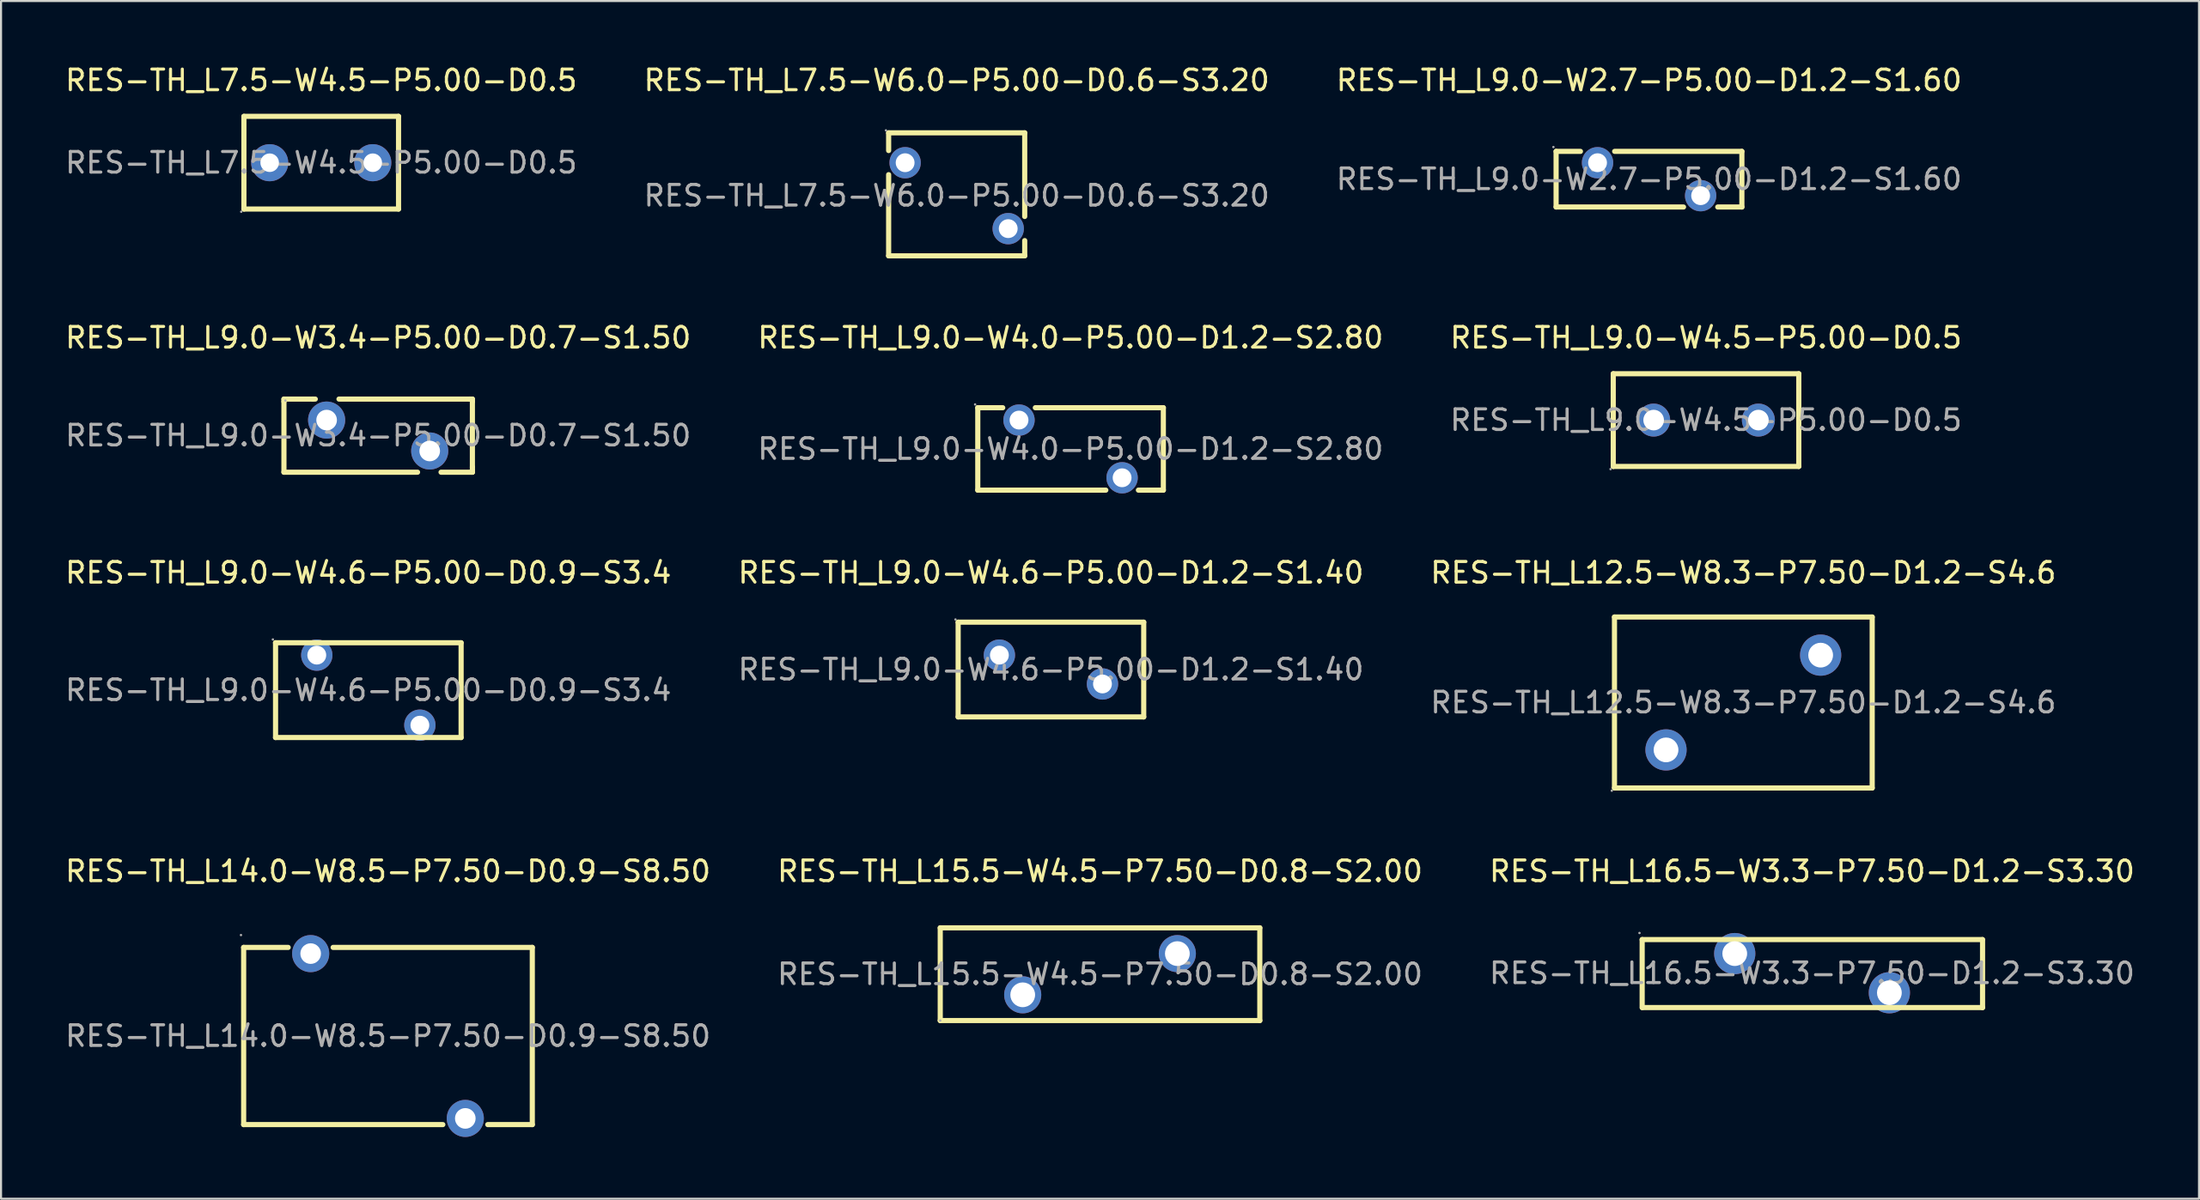
<source format=kicad_pcb>
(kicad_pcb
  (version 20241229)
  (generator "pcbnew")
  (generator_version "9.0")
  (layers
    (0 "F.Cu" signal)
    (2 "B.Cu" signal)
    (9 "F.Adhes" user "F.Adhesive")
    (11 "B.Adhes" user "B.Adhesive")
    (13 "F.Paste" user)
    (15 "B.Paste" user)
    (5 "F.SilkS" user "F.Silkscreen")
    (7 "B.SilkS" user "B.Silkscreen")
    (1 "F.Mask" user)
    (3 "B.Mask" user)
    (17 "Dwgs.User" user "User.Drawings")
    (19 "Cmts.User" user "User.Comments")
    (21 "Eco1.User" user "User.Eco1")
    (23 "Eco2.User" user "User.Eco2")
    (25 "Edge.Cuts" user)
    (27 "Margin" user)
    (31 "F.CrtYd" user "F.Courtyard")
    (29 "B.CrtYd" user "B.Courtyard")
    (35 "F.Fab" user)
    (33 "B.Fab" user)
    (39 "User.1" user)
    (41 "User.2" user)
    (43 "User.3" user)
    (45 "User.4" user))
  (footprint "RES-TH_L9.0-W4.5-P5.00-D0.5"
    (layer "F.Cu")
    (at 79.696 17.341)
    (property "Reference" "RES-TH_L9.0-W4.5-P5.00-D0.5" (at 0 -4 0) (layer "F.SilkS") (effects (font (size 1 1) (thickness 0.15))))
    (attr through_hole)
    (fp_line (start -4.5 -2.25) (end 4.5 -2.25) (stroke (width 0.25) (type solid)) (layer "F.SilkS"))
    (fp_line (start -4.5 2.25) (end -4.5 -2.25) (stroke (width 0.25) (type solid)) (layer "F.SilkS"))
    (fp_line (start 4.5 -2.25) (end 4.5 2.25) (stroke (width 0.25) (type solid)) (layer "F.SilkS"))
    (fp_line (start 4.5 2.25) (end -4.5 2.25) (stroke (width 0.25) (type solid)) (layer "F.SilkS"))
    (fp_circle (center -4.63 2.38) (end -4.6 2.38) (stroke (width 0.06) (type solid)) (fill no) (layer "F.Fab"))
    (fp_circle (center -2.54 0) (end -2.34 0) (stroke (width 0.4) (type solid)) (fill no) (layer "F.Fab"))
    (fp_circle (center 2.54 0) (end 2.74 0) (stroke (width 0.4) (type solid)) (fill no) (layer "F.Fab"))
    (fp_text user "${REFERENCE}" (at 0 0 0) (layer "F.Fab") (effects (font (size 1 1) (thickness 0.15))))
    (pad "1" thru_hole circle (at -2.54 0) (size 1.6 1.6) (drill 1) (layers "*.Cu" "*.Paste" "*.Mask"))
    (pad "2" thru_hole circle (at 2.54 0) (size 1.6 1.6) (drill 1) (layers "*.Cu" "*.Paste" "*.Mask")))
  (footprint "RES-TH_L9.0-W4.6-P5.00-D0.9-S3.4"
    (layer "F.Cu")
    (at 14.815 30.45)
    (property "Reference" "RES-TH_L9.0-W4.6-P5.00-D0.9-S3.4" (at 0 -5.7 0) (layer "F.SilkS") (effects (font (size 1 1) (thickness 0.15))))
    (attr through_hole)
    (fp_line (start -4.5 -2.3) (end 4.5 -2.3) (stroke (width 0.25) (type solid)) (layer "F.SilkS"))
    (fp_line (start -4.5 2.3) (end -4.5 -2.3) (stroke (width 0.25) (type solid)) (layer "F.SilkS"))
    (fp_line (start 4.5 -2.3) (end 4.5 2.3) (stroke (width 0.25) (type solid)) (layer "F.SilkS"))
    (fp_line (start 4.5 2.3) (end -4.5 2.3) (stroke (width 0.25) (type solid)) (layer "F.SilkS"))
    (fp_circle (center -4.63 -2.46) (end -4.6 -2.46) (stroke (width 0.06) (type solid)) (fill no) (layer "F.Fab"))
    (fp_circle (center -2.5 -1.7) (end -2.32 -1.7) (stroke (width 0.36) (type solid)) (fill no) (layer "F.Fab"))
    (fp_circle (center 2.5 1.7) (end 2.68 1.7) (stroke (width 0.36) (type solid)) (fill no) (layer "F.Fab"))
    (fp_text user "${REFERENCE}" (at 0 0 0) (layer "F.Fab") (effects (font (size 1 1) (thickness 0.15))))
    (pad "1" thru_hole circle (at -2.5 -1.7) (size 1.52 1.52) (drill 0.914) (layers "*.Cu" "*.Paste" "*.Mask"))
    (pad "2" thru_hole circle (at 2.5 1.7) (size 1.52 1.52) (drill 0.914) (layers "*.Cu" "*.Paste" "*.Mask")))
  (footprint "RES-TH_L7.5-W6.0-P5.00-D0.6-S3.20"
    (layer "F.Cu")
    (at 43.351 6.448)
    (property "Reference" "RES-TH_L7.5-W6.0-P5.00-D0.6-S3.20" (at 0 -5.6 0) (layer "F.SilkS") (effects (font (size 1 1) (thickness 0.15))))
    (attr through_hole)
    (fp_line (start -3.3 -3.05) (end 3.3 -3.05) (stroke (width 0.25) (type solid)) (layer "F.SilkS"))
    (fp_line (start -3.3 -2.19) (end -3.3 -3.05) (stroke (width 0.25) (type solid)) (layer "F.SilkS"))
    (fp_line (start -3.3 2.92) (end -3.3 -1.02) (stroke (width 0.25) (type solid)) (layer "F.SilkS"))
    (fp_line (start 3.3 -3.05) (end 3.3 1.01) (stroke (width 0.25) (type solid)) (layer "F.SilkS"))
    (fp_line (start 3.3 2.18) (end 3.3 2.92) (stroke (width 0.25) (type solid)) (layer "F.SilkS"))
    (fp_line (start 3.3 2.92) (end -3.3 2.92) (stroke (width 0.25) (type solid)) (layer "F.SilkS"))
    (fp_circle (center -3.43 -3.17) (end -3.4 -3.17) (stroke (width 0.06) (type solid)) (fill no) (layer "F.Fab"))
    (fp_circle (center -2.5 -1.6) (end -2.32 -1.6) (stroke (width 0.36) (type solid)) (fill no) (layer "F.Fab"))
    (fp_circle (center 2.5 1.6) (end 2.68 1.6) (stroke (width 0.36) (type solid)) (fill no) (layer "F.Fab"))
    (fp_text user "${REFERENCE}" (at 0 0 0) (layer "F.Fab") (effects (font (size 1 1) (thickness 0.15))))
    (pad "1" thru_hole circle (at -2.5 -1.6 270) (size 1.52 1.52) (drill 0.914) (layers "*.Cu" "*.Paste" "*.Mask"))
    (pad "2" thru_hole circle (at 2.5 1.6 270) (size 1.52 1.52) (drill 0.914) (layers "*.Cu" "*.Paste" "*.Mask")))
  (footprint "RES-TH_L15.5-W4.5-P7.50-D0.8-S2.00"
    (layer "F.Cu")
    (at 50.304 44.238)
    (property "Reference" "RES-TH_L15.5-W4.5-P7.50-D0.8-S2.00" (at 0 -5 0) (layer "F.SilkS") (effects (font (size 1 1) (thickness 0.15))))
    (attr through_hole)
    (fp_line (start -7.75 -2.25) (end 7.75 -2.25) (stroke (width 0.25) (type solid)) (layer "F.SilkS"))
    (fp_line (start -7.75 2.25) (end -7.75 -2.25) (stroke (width 0.25) (type solid)) (layer "F.SilkS"))
    (fp_line (start 7.75 -2.25) (end 7.75 2.25) (stroke (width 0.25) (type solid)) (layer "F.SilkS"))
    (fp_line (start 7.75 2.25) (end -7.75 2.25) (stroke (width 0.25) (type solid)) (layer "F.SilkS"))
    (fp_circle (center -7.75 2.25) (end -7.72 2.25) (stroke (width 0.06) (type solid)) (fill no) (layer "F.Fab"))
    (fp_circle (center -3.75 1) (end -3.55 1) (stroke (width 0.4) (type solid)) (fill no) (layer "F.Fab"))
    (fp_circle (center 3.75 -1) (end 3.95 -1) (stroke (width 0.4) (type solid)) (fill no) (layer "F.Fab"))
    (fp_text user "${REFERENCE}" (at 0 0 0) (layer "F.Fab") (effects (font (size 1 1) (thickness 0.15))))
    (pad "1" thru_hole circle (at -3.75 1) (size 1.8 1.8) (drill 1.2) (layers "*.Cu" "*.Paste" "*.Mask"))
    (pad "2" thru_hole circle (at 3.75 -1) (size 1.8 1.8) (drill 1.2) (layers "*.Cu" "*.Paste" "*.Mask")))
  (footprint "RES-TH_L16.5-W3.3-P7.50-D1.2-S3.30"
    (layer "F.Cu")
    (at 84.839 44.188)
    (property "Reference" "RES-TH_L16.5-W3.3-P7.50-D1.2-S3.30" (at 0 -4.95 0) (layer "F.SilkS") (effects (font (size 1 1) (thickness 0.15))))
    (attr through_hole)
    (fp_line (start -8.24 -1.63) (end 8.26 -1.63) (stroke (width 0.25) (type solid)) (layer "F.SilkS"))
    (fp_line (start -8.24 1.67) (end -8.24 -1.63) (stroke (width 0.25) (type solid)) (layer "F.SilkS"))
    (fp_line (start 8.27 -1.63) (end 8.27 1.67) (stroke (width 0.25) (type solid)) (layer "F.SilkS"))
    (fp_line (start 8.27 1.67) (end -8.23 1.67) (stroke (width 0.25) (type solid)) (layer "F.SilkS"))
    (fp_circle (center -8.37 -1.95) (end -8.34 -1.95) (stroke (width 0.06) (type solid)) (fill no) (layer "F.Fab"))
    (fp_circle (center -3.75 -0.95) (end -3.5 -0.95) (stroke (width 0.5) (type solid)) (fill no) (layer "F.Fab"))
    (fp_circle (center 3.75 0.95) (end 4 0.95) (stroke (width 0.5) (type solid)) (fill no) (layer "F.Fab"))
    (fp_text user "${REFERENCE}" (at 0 0 0) (layer "F.Fab") (effects (font (size 1 1) (thickness 0.15))))
    (pad "1" thru_hole circle (at -3.75 -0.95) (size 2 2) (drill 1.2) (layers "*.Cu" "*.Paste" "*.Mask"))
    (pad "2" thru_hole circle (at 3.75 0.95) (size 2 2) (drill 1.2) (layers "*.Cu" "*.Paste" "*.Mask")))
  (footprint "RES-TH_L14.0-W8.5-P7.50-D0.9-S8.50"
    (layer "F.Cu")
    (at 15.768 47.238)
    (property "Reference" "RES-TH_L14.0-W8.5-P7.50-D0.9-S8.50" (at 0 -8 0) (layer "F.SilkS") (effects (font (size 1 1) (thickness 0.15))))
    (attr through_hole)
    (fp_line (start -7 -4.3) (end -7 4.3) (stroke (width 0.25) (type solid)) (layer "F.SilkS"))
    (fp_line (start -7 -4.3) (end -4.84 -4.3) (stroke (width 0.25) (type solid)) (layer "F.SilkS"))
    (fp_line (start -7 4.3) (end 2.66 4.3) (stroke (width 0.25) (type solid)) (layer "F.SilkS"))
    (fp_line (start -2.66 -4.3) (end 7 -4.3) (stroke (width 0.25) (type solid)) (layer "F.SilkS"))
    (fp_line (start 4.84 4.3) (end 7 4.3) (stroke (width 0.25) (type solid)) (layer "F.SilkS"))
    (fp_line (start 7 -4.3) (end 7 4.3) (stroke (width 0.25) (type solid)) (layer "F.SilkS"))
    (fp_circle (center -7.13 -4.9) (end -7.1 -4.9) (stroke (width 0.06) (type solid)) (fill no) (layer "F.Fab"))
    (fp_circle (center -3.75 -4) (end -3.55 -4) (stroke (width 0.4) (type solid)) (fill no) (layer "F.Fab"))
    (fp_circle (center 3.75 4) (end 3.95 4) (stroke (width 0.4) (type solid)) (fill no) (layer "F.Fab"))
    (fp_text user "${REFERENCE}" (at 0 0 0) (layer "F.Fab") (effects (font (size 1 1) (thickness 0.15))))
    (pad "1" thru_hole circle (at -3.75 -4) (size 1.8 1.8) (drill 1) (layers "*.Cu" "*.Paste" "*.Mask"))
    (pad "2" thru_hole circle (at 3.75 4) (size 1.8 1.8) (drill 1) (layers "*.Cu" "*.Paste" "*.Mask")))
  (footprint "RES-TH_L9.0-W4.0-P5.00-D1.2-S2.80"
    (layer "F.Cu")
    (at 48.875 18.741)
    (property "Reference" "RES-TH_L9.0-W4.0-P5.00-D1.2-S2.80" (at 0 -5.4 0) (layer "F.SilkS") (effects (font (size 1 1) (thickness 0.15))))
    (attr through_hole)
    (fp_line (start -4.5 -2) (end -3.29 -2) (stroke (width 0.25) (type solid)) (layer "F.SilkS"))
    (fp_line (start -4.5 2) (end -4.5 -2) (stroke (width 0.25) (type solid)) (layer "F.SilkS"))
    (fp_line (start -1.71 -2) (end 4.5 -2) (stroke (width 0.25) (type solid)) (layer "F.SilkS"))
    (fp_line (start 1.71 2) (end -4.5 2) (stroke (width 0.25) (type solid)) (layer "F.SilkS"))
    (fp_line (start 4.5 -2) (end 4.5 2) (stroke (width 0.25) (type solid)) (layer "F.SilkS"))
    (fp_line (start 4.5 2) (end 3.29 2) (stroke (width 0.25) (type solid)) (layer "F.SilkS"))
    (fp_circle (center -4.63 -2.16) (end -4.6 -2.16) (stroke (width 0.06) (type solid)) (fill no) (layer "F.Fab"))
    (fp_circle (center -2.5 -1.4) (end -2.32 -1.4) (stroke (width 0.36) (type solid)) (fill no) (layer "F.Fab"))
    (fp_circle (center 2.5 1.4) (end 2.68 1.4) (stroke (width 0.36) (type solid)) (fill no) (layer "F.Fab"))
    (fp_text user "${REFERENCE}" (at 0 0 0) (layer "F.Fab") (effects (font (size 1 1) (thickness 0.15))))
    (pad "1" thru_hole circle (at -2.5 -1.4) (size 1.52 1.52) (drill 0.914) (layers "*.Cu" "*.Paste" "*.Mask"))
    (pad "2" thru_hole circle (at 2.5 1.4) (size 1.52 1.52) (drill 0.914) (layers "*.Cu" "*.Paste" "*.Mask")))
  (footprint "RES-TH_L7.5-W4.5-P5.00-D0.5"
    (layer "F.Cu")
    (at 12.53 4.848)
    (property "Reference" "RES-TH_L7.5-W4.5-P5.00-D0.5" (at 0 -4 0) (layer "F.SilkS") (effects (font (size 1 1) (thickness 0.15))))
    (attr through_hole)
    (fp_line (start -3.75 -2.25) (end -3.75 2.25) (stroke (width 0.25) (type solid)) (layer "F.SilkS"))
    (fp_line (start -3.75 -2.25) (end 3.75 -2.25) (stroke (width 0.25) (type solid)) (layer "F.SilkS"))
    (fp_line (start -3.75 2.25) (end 3.75 2.25) (stroke (width 0.25) (type solid)) (layer "F.SilkS"))
    (fp_line (start 3.75 -2.25) (end 3.75 2.25) (stroke (width 0.25) (type solid)) (layer "F.SilkS"))
    (fp_circle (center -3.88 2.38) (end -3.85 2.38) (stroke (width 0.06) (type solid)) (fill no) (layer "F.Fab"))
    (fp_circle (center -2.5 0) (end -2.32 0) (stroke (width 0.35) (type solid)) (fill no) (layer "F.Fab"))
    (fp_circle (center 2.5 0) (end 2.68 0) (stroke (width 0.35) (type solid)) (fill no) (layer "F.Fab"))
    (fp_text user "${REFERENCE}" (at 0 0 0) (layer "F.Fab") (effects (font (size 1 1) (thickness 0.15))))
    (pad "1" thru_hole circle (at -2.5 0) (size 1.8 1.8) (drill 0.9) (layers "*.Cu" "*.Paste" "*.Mask"))
    (pad "2" thru_hole circle (at 2.5 0) (size 1.8 1.8) (drill 0.9) (layers "*.Cu" "*.Paste" "*.Mask")))
  (footprint "RES-TH_L9.0-W4.6-P5.00-D1.2-S1.40"
    (layer "F.Cu")
    (at 47.923 29.45)
    (property "Reference" "RES-TH_L9.0-W4.6-P5.00-D1.2-S1.40" (at 0 -4.7 0) (layer "F.SilkS") (effects (font (size 1 1) (thickness 0.15))))
    (attr through_hole)
    (fp_line (start -4.5 -2.3) (end 4.5 -2.3) (stroke (width 0.25) (type solid)) (layer "F.SilkS"))
    (fp_line (start -4.5 2.3) (end -4.5 -2.3) (stroke (width 0.25) (type solid)) (layer "F.SilkS"))
    (fp_line (start 4.5 -2.3) (end 4.5 2.3) (stroke (width 0.25) (type solid)) (layer "F.SilkS"))
    (fp_line (start 4.5 2.3) (end -4.5 2.3) (stroke (width 0.25) (type solid)) (layer "F.SilkS"))
    (fp_circle (center -4.63 -2.43) (end -4.6 -2.43) (stroke (width 0.06) (type solid)) (fill no) (layer "F.Fab"))
    (fp_circle (center -2.5 -0.7) (end -2.32 -0.7) (stroke (width 0.36) (type solid)) (fill no) (layer "F.Fab"))
    (fp_circle (center 2.5 0.7) (end 2.68 0.7) (stroke (width 0.36) (type solid)) (fill no) (layer "F.Fab"))
    (fp_text user "${REFERENCE}" (at 0 0 0) (layer "F.Fab") (effects (font (size 1 1) (thickness 0.15))))
    (pad "1" thru_hole circle (at -2.5 -0.7) (size 1.52 1.52) (drill 0.914) (layers "*.Cu" "*.Paste" "*.Mask"))
    (pad "2" thru_hole circle (at 2.5 0.7) (size 1.52 1.52) (drill 0.914) (layers "*.Cu" "*.Paste" "*.Mask")))
  (footprint "RES-TH_L9.0-W3.4-P5.00-D0.7-S1.50"
    (layer "F.Cu")
    (at 15.292 18.091)
    (property "Reference" "RES-TH_L9.0-W3.4-P5.00-D0.7-S1.50" (at 0 -4.75 0) (layer "F.SilkS") (effects (font (size 1 1) (thickness 0.15))))
    (attr through_hole)
    (fp_line (start -4.57 -1.77) (end -3.17 -1.77) (stroke (width 0.25) (type solid)) (layer "F.SilkS"))
    (fp_line (start -4.57 -1.65) (end -4.57 -1.77) (stroke (width 0.25) (type solid)) (layer "F.SilkS"))
    (fp_line (start -4.57 1.78) (end -4.57 -1.65) (stroke (width 0.25) (type solid)) (layer "F.SilkS"))
    (fp_line (start -4.57 1.78) (end 1.91 1.78) (stroke (width 0.25) (type solid)) (layer "F.SilkS"))
    (fp_line (start -3.17 -1.77) (end -3.05 -1.77) (stroke (width 0.25) (type solid)) (layer "F.SilkS"))
    (fp_line (start 4.45 -1.77) (end -1.9 -1.77) (stroke (width 0.25) (type solid)) (layer "F.SilkS"))
    (fp_line (start 4.45 -1.77) (end 4.57 -1.77) (stroke (width 0.25) (type solid)) (layer "F.SilkS"))
    (fp_line (start 4.57 -1.77) (end 4.57 -1.65) (stroke (width 0.25) (type solid)) (layer "F.SilkS"))
    (fp_line (start 4.57 -1.65) (end 4.57 1.53) (stroke (width 0.25) (type solid)) (layer "F.SilkS"))
    (fp_line (start 4.57 1.53) (end 4.57 1.66) (stroke (width 0.25) (type solid)) (layer "F.SilkS"))
    (fp_line (start 4.57 1.66) (end 4.57 1.78) (stroke (width 0.25) (type solid)) (layer "F.SilkS"))
    (fp_line (start 4.57 1.78) (end 3.05 1.78) (stroke (width 0.25) (type solid)) (layer "F.SilkS"))
    (fp_line (start 4.57 1.78) (end 4.57 1.78) (stroke (width 0.25) (type solid)) (layer "F.SilkS"))
    (fp_circle (center -4.5 -1.7) (end -4.47 -1.7) (stroke (width 0.06) (type solid)) (fill no) (layer "F.Fab"))
    (fp_circle (center -2.5 -0.85) (end -2.35 -0.85) (stroke (width 0.3) (type solid)) (fill no) (layer "F.Fab"))
    (fp_circle (center 2.5 0.85) (end 2.65 0.85) (stroke (width 0.3) (type solid)) (fill no) (layer "F.Fab"))
    (fp_text user "${REFERENCE}" (at 0 0 0) (layer "F.Fab") (effects (font (size 1 1) (thickness 0.15))))
    (pad "1" thru_hole circle (at -2.5 -0.75) (size 1.8 1.8) (drill 1) (layers "*.Cu" "*.Paste" "*.Mask"))
    (pad "2" thru_hole circle (at 2.5 0.75) (size 1.8 1.8) (drill 1) (layers "*.Cu" "*.Paste" "*.Mask")))
  (footprint "RES-TH_L9.0-W2.7-P5.00-D1.2-S1.60"
    (layer "F.Cu")
    (at 76.935 5.648)
    (property "Reference" "RES-TH_L9.0-W2.7-P5.00-D1.2-S1.60" (at 0 -4.8 0) (layer "F.SilkS") (effects (font (size 1 1) (thickness 0.15))))
    (attr through_hole)
    (fp_line (start -4.51 -1.35) (end -3.33 -1.35) (stroke (width 0.25) (type solid)) (layer "F.SilkS"))
    (fp_line (start -4.51 1.35) (end -4.51 -1.35) (stroke (width 0.25) (type solid)) (layer "F.SilkS"))
    (fp_line (start -4.51 1.35) (end 1.67 1.35) (stroke (width 0.25) (type solid)) (layer "F.SilkS"))
    (fp_line (start -1.67 -1.35) (end 4.5 -1.35) (stroke (width 0.25) (type solid)) (layer "F.SilkS"))
    (fp_line (start 3.33 1.35) (end 4.5 1.35) (stroke (width 0.25) (type solid)) (layer "F.SilkS"))
    (fp_line (start 4.5 -1.35) (end 4.5 1.35) (stroke (width 0.25) (type solid)) (layer "F.SilkS"))
    (fp_circle (center -4.64 -1.56) (end -4.61 -1.56) (stroke (width 0.06) (type solid)) (fill no) (layer "F.Fab"))
    (fp_circle (center -2.5 -0.8) (end -2.32 -0.8) (stroke (width 0.36) (type solid)) (fill no) (layer "F.Fab"))
    (fp_circle (center 2.5 0.8) (end 2.68 0.8) (stroke (width 0.36) (type solid)) (fill no) (layer "F.Fab"))
    (fp_text user "${REFERENCE}" (at 0 0 0) (layer "F.Fab") (effects (font (size 1 1) (thickness 0.15))))
    (pad "1" thru_hole circle (at -2.5 -0.8) (size 1.52 1.52) (drill 0.914) (layers "*.Cu" "*.Paste" "*.Mask"))
    (pad "2" thru_hole circle (at 2.5 0.8) (size 1.52 1.52) (drill 0.914) (layers "*.Cu" "*.Paste" "*.Mask")))
  (footprint "RES-TH_L12.5-W8.3-P7.50-D1.2-S4.6"
    (layer "F.Cu")
    (at 81.506 31.05)
    (property "Reference" "RES-TH_L12.5-W8.3-P7.50-D1.2-S4.6" (at 0 -6.3 0) (layer "F.SilkS") (effects (font (size 1 1) (thickness 0.15))))
    (attr through_hole)
    (fp_line (start -6.25 -4.15) (end 6.25 -4.15) (stroke (width 0.25) (type solid)) (layer "F.SilkS"))
    (fp_line (start -6.25 4.15) (end -6.25 -4.15) (stroke (width 0.25) (type solid)) (layer "F.SilkS"))
    (fp_line (start 6.25 -4.15) (end 6.25 4.15) (stroke (width 0.25) (type solid)) (layer "F.SilkS"))
    (fp_line (start 6.25 4.15) (end -6.25 4.15) (stroke (width 0.25) (type solid)) (layer "F.SilkS"))
    (fp_circle (center -6.38 4.28) (end -6.35 4.28) (stroke (width 0.06) (type solid)) (fill no) (layer "F.Fab"))
    (fp_circle (center -3.75 2.3) (end -3.5 2.3) (stroke (width 0.5) (type solid)) (fill no) (layer "F.Fab"))
    (fp_circle (center 3.75 -2.3) (end 4 -2.3) (stroke (width 0.5) (type solid)) (fill no) (layer "F.Fab"))
    (fp_text user "${REFERENCE}" (at 0 0 0) (layer "F.Fab") (effects (font (size 1 1) (thickness 0.15))))
    (pad "1" thru_hole circle (at -3.75 2.3) (size 2 2) (drill 1.2) (layers "*.Cu" "*.Paste" "*.Mask"))
    (pad "2" thru_hole circle (at 3.75 -2.3) (size 2 2) (drill 1.2) (layers "*.Cu" "*.Paste" "*.Mask")))
  (gr_rect
    (start -3 -3)
    (end 103.607 55.138)
    (stroke (width 0.1) (type default))
    (fill no)
    (layer "Edge.Cuts")))
</source>
